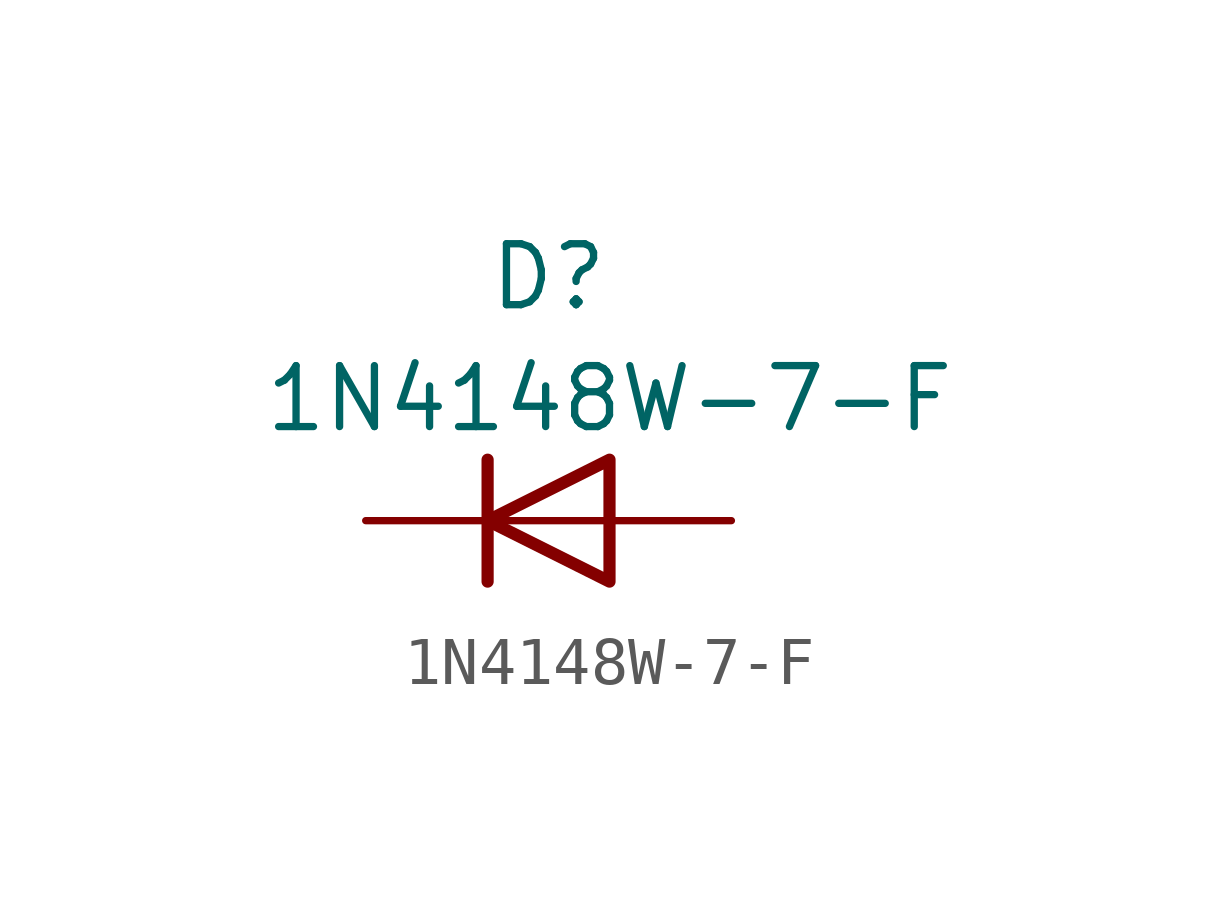
<source format=kicad_sym>
(kicad_symbol_lib
  (version 20211014)
  (generator kicad_symbol_editor)
  (symbol "1N4148W-7-F"
    (pin_numbers hide)
    (pin_names hide)
    (property "Reference" "D"
      (at 0 5.08 0)
      (effects (font (size 1.27 1.27))))
    (property "Value" "1N4148W-7-F"
      (at 1.27 2.54 0)
      (effects (font (size 1.27 1.27))))
    (symbol "1N4148W-7-F_0_1"
      (polyline (pts (xy -1.27 1.27) (xy -1.27 -1.27)) (stroke (width 0.254) (type default) (color 0 0 0 0)) (fill (type none)))
      (polyline (pts (xy 1.27 0) (xy -1.27 0)) (stroke (width 0) (type default) (color 0 0 0 0)) (fill (type none)))
      (polyline (pts (xy 1.27 1.27) (xy 1.27 -1.27) (xy -1.27 0) (xy 1.27 1.27)) (stroke (width 0.254) (type default) (color 0 0 0 0)) (fill (type none))))
    (symbol "1N4148W-7-F_1_1"
      (pin passive line (at -3.81 0 0) (length 2.54) (name "K" (effects (font (size 1.27 1.27)))) (number "1" (effects (font (size 1.27 1.27)))))
      (pin passive line (at 3.81 0 180) (length 2.54) (name "A" (effects (font (size 1.27 1.27)))) (number "2" (effects (font (size 1.27 1.27))))))))
</source>
